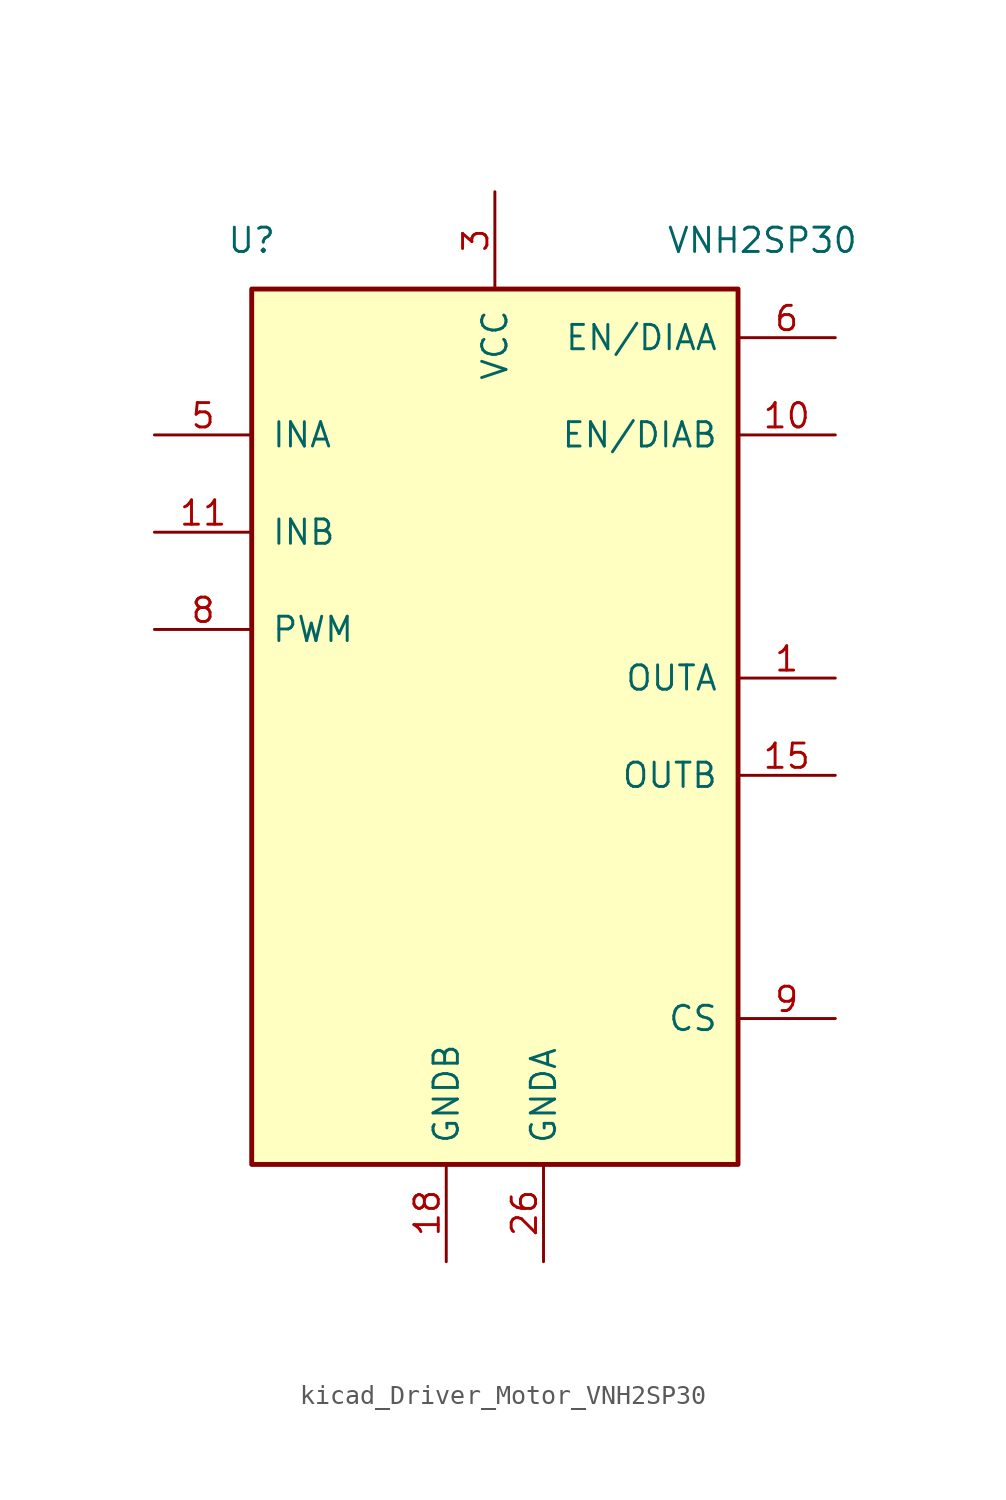
<source format=kicad_sym>
(kicad_symbol_lib
  (version 20220914)
  (generator kicad_symbol_editor)
  (symbol "kicad_Driver_Motor_VNH2SP30"
    (pin_names
      (offset 1.016))
    (property "Reference" "U"
      (at -12.7 25.4 0)
      (effects (font (size 1.27 1.27))))
    (property "Value" "VNH2SP30"
      (at 13.97 25.4 0)
      (effects (font (size 1.27 1.27))))
    (symbol "kicad_Driver_Motor_VNH2SP30_1_1"
      (rectangle (start -12.7 22.86) (end 12.7 -22.86) (stroke (width 0.254) (type default)) (fill (type background)))
      (pin output line (at 17.78 2.54 180) (length 5.08) (name "OUTA" (effects (font (size 1.27 1.27)))) (number "1" (effects (font (size 1.27 1.27)))))
      (pin output line (at 17.78 15.24 180) (length 5.08) (name "EN/DIAB" (effects (font (size 1.27 1.27)))) (number "10" (effects (font (size 1.27 1.27)))))
      (pin input line (at -17.78 10.16 0) (length 5.08) (name "INB" (effects (font (size 1.27 1.27)))) (number "11" (effects (font (size 1.27 1.27)))))
      (pin no_connect line (at -12.7 -7.62 0) (length 5.08) hide (name "NC" (effects (font (size 1.27 1.27)))) (number "12" (effects (font (size 1.27 1.27)))))
      (pin passive line (at 0 27.94 270) (length 5.08) hide (name "VCC" (effects (font (size 1.27 1.27)))) (number "13" (effects (font (size 1.27 1.27)))))
      (pin no_connect line (at -12.7 -10.16 0) (length 5.08) hide (name "NC" (effects (font (size 1.27 1.27)))) (number "14" (effects (font (size 1.27 1.27)))))
      (pin output line (at 17.78 -2.54 180) (length 5.08) (name "OUTB" (effects (font (size 1.27 1.27)))) (number "15" (effects (font (size 1.27 1.27)))))
      (pin passive line (at 17.78 -2.54 180) (length 5.08) hide (name "OUTB" (effects (font (size 1.27 1.27)))) (number "16" (effects (font (size 1.27 1.27)))))
      (pin no_connect line (at -12.7 -20.32 0) (length 5.08) hide (name "NC" (effects (font (size 1.27 1.27)))) (number "17" (effects (font (size 1.27 1.27)))))
      (pin power_in line (at -2.54 -27.94 90) (length 5.08) (name "GNDB" (effects (font (size 1.27 1.27)))) (number "18" (effects (font (size 1.27 1.27)))))
      (pin passive line (at -2.54 -27.94 90) (length 5.08) hide (name "GNDB" (effects (font (size 1.27 1.27)))) (number "19" (effects (font (size 1.27 1.27)))))
      (pin no_connect line (at -12.7 0 0) (length 5.08) hide (name "NC" (effects (font (size 1.27 1.27)))) (number "2" (effects (font (size 1.27 1.27)))))
      (pin passive line (at -2.54 -27.94 90) (length 5.08) hide (name "GNDB" (effects (font (size 1.27 1.27)))) (number "20" (effects (font (size 1.27 1.27)))))
      (pin passive line (at 17.78 -2.54 180) (length 5.08) hide (name "OUTB" (effects (font (size 1.27 1.27)))) (number "21" (effects (font (size 1.27 1.27)))))
      (pin no_connect line (at -12.7 -17.78 0) (length 5.08) hide (name "NC" (effects (font (size 1.27 1.27)))) (number "22" (effects (font (size 1.27 1.27)))))
      (pin passive line (at 0 27.94 270) (length 5.08) hide (name "VCC" (effects (font (size 1.27 1.27)))) (number "23" (effects (font (size 1.27 1.27)))))
      (pin no_connect line (at -12.7 -15.24 0) (length 5.08) hide (name "NC" (effects (font (size 1.27 1.27)))) (number "24" (effects (font (size 1.27 1.27)))))
      (pin passive line (at 17.78 2.54 180) (length 5.08) hide (name "OUTA" (effects (font (size 1.27 1.27)))) (number "25" (effects (font (size 1.27 1.27)))))
      (pin power_in line (at 2.54 -27.94 90) (length 5.08) (name "GNDA" (effects (font (size 1.27 1.27)))) (number "26" (effects (font (size 1.27 1.27)))))
      (pin passive line (at 2.54 -27.94 90) (length 5.08) hide (name "GNDA" (effects (font (size 1.27 1.27)))) (number "27" (effects (font (size 1.27 1.27)))))
      (pin passive line (at 2.54 -27.94 90) (length 5.08) hide (name "GNDA" (effects (font (size 1.27 1.27)))) (number "28" (effects (font (size 1.27 1.27)))))
      (pin no_connect line (at -12.7 -12.7 0) (length 5.08) hide (name "NC" (effects (font (size 1.27 1.27)))) (number "29" (effects (font (size 1.27 1.27)))))
      (pin power_in line (at 0 27.94 270) (length 5.08) (name "VCC" (effects (font (size 1.27 1.27)))) (number "3" (effects (font (size 1.27 1.27)))))
      (pin passive line (at 17.78 2.54 180) (length 5.08) hide (name "OUTA" (effects (font (size 1.27 1.27)))) (number "30" (effects (font (size 1.27 1.27)))))
      (pin passive line (at 0 27.94 270) (length 5.08) hide (name "VCC" (effects (font (size 1.27 1.27)))) (number "31" (effects (font (size 1.27 1.27)))))
      (pin passive line (at 17.78 -2.54 180) (length 5.08) hide (name "OUTB" (effects (font (size 1.27 1.27)))) (number "32" (effects (font (size 1.27 1.27)))))
      (pin passive line (at 17.78 2.54 180) (length 5.08) hide (name "OUTA" (effects (font (size 1.27 1.27)))) (number "33" (effects (font (size 1.27 1.27)))))
      (pin no_connect line (at -12.7 -2.54 0) (length 5.08) hide (name "NC" (effects (font (size 1.27 1.27)))) (number "4" (effects (font (size 1.27 1.27)))))
      (pin input line (at -17.78 15.24 0) (length 5.08) (name "INA" (effects (font (size 1.27 1.27)))) (number "5" (effects (font (size 1.27 1.27)))))
      (pin output line (at 17.78 20.32 180) (length 5.08) (name "EN/DIAA" (effects (font (size 1.27 1.27)))) (number "6" (effects (font (size 1.27 1.27)))))
      (pin no_connect line (at -12.7 -5.08 0) (length 5.08) hide (name "NC" (effects (font (size 1.27 1.27)))) (number "7" (effects (font (size 1.27 1.27)))))
      (pin input line (at -17.78 5.08 0) (length 5.08) (name "PWM" (effects (font (size 1.27 1.27)))) (number "8" (effects (font (size 1.27 1.27)))))
      (pin output line (at 17.78 -15.24 180) (length 5.08) (name "CS" (effects (font (size 1.27 1.27)))) (number "9" (effects (font (size 1.27 1.27))))))))
</source>
